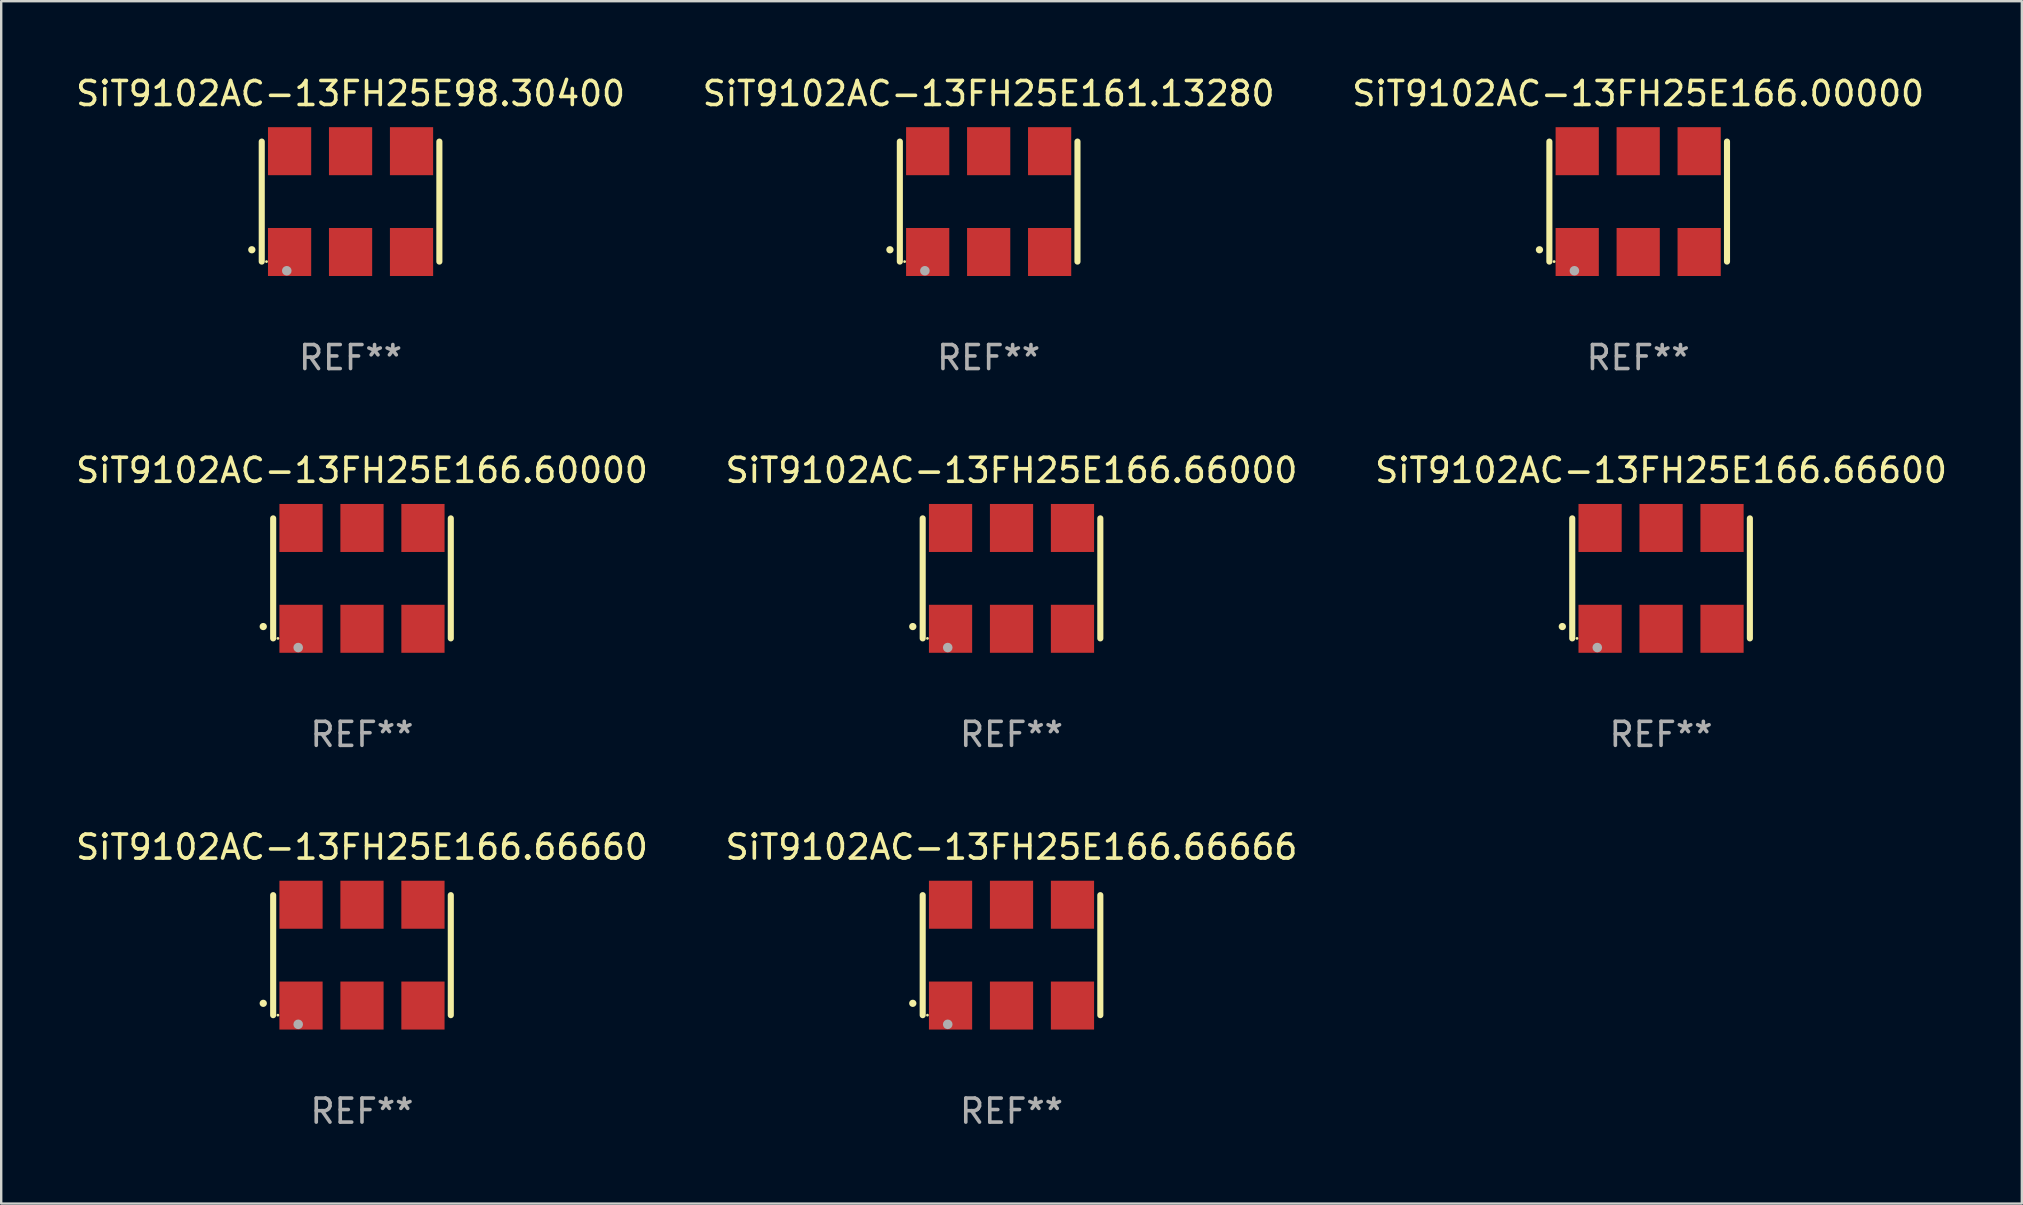
<source format=kicad_pcb>
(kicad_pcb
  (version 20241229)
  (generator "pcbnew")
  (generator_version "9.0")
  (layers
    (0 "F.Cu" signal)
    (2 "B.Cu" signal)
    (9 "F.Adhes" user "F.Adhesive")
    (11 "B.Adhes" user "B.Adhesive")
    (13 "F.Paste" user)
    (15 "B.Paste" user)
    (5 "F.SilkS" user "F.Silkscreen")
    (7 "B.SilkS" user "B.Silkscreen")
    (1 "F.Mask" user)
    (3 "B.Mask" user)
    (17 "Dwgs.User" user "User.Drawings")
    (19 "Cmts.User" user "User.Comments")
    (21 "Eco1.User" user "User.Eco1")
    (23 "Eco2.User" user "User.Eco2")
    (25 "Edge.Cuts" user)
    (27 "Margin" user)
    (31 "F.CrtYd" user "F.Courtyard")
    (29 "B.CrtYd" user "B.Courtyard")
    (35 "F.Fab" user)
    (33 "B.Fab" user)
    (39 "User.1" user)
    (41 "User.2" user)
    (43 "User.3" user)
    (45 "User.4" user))
  (footprint "SiT9102AC-13FH25E166.66660"
    (layer "F.Cu")
    (at 12.03 36.741)
    (property "Reference" "SiT9102AC-13FH25E166.66660" (at 0 -4.5 0) (layer "F.SilkS") (effects (font (size 1 1) (thickness 0.15))))
    (attr through_hole)
    (fp_line (start -3.7 -2.5) (end -3.7 2.5) (stroke (width 0.254) (type solid)) (layer "F.SilkS"))
    (fp_line (start 3.7 -2.5) (end 3.7 2.5) (stroke (width 0.254) (type solid)) (layer "F.SilkS"))
    (fp_arc (start -4.114415 2.006604) (mid -4.113145 2.006599) (end -4.111875 2.006604) (stroke (width 0.3) (type solid)) (layer "F.SilkS"))
    (fp_circle (center -3.502 2.5) (end -3.472 2.5) (stroke (width 0.06) (type solid)) (fill no) (layer "F.SilkS"))
    (fp_circle (center -2.657 2.882) (end -2.557 2.882) (stroke (width 0.2) (type solid)) (fill no) (layer "F.Fab"))
    (fp_text user "REF**" (at 0 6.5 0) (layer "F.Fab") (effects (font (size 1 1) (thickness 0.15))))
    (pad "1" smd rect (at -2.54 2.1) (size 1.8 2) (layers "F.Cu" "F.Mask" "F.Paste"))
    (pad "2" smd rect (at 0.000394 2.1) (size 1.8 2) (layers "F.Cu" "F.Mask" "F.Paste"))
    (pad "3" smd rect (at 2.54 2.1) (size 1.8 2) (layers "F.Cu" "F.Mask" "F.Paste"))
    (pad "4" smd rect (at 2.54 -2.1) (size 1.8 2) (layers "F.Cu" "F.Mask" "F.Paste"))
    (pad "5" smd rect (at 0.000394 -2.1) (size 1.8 2) (layers "F.Cu" "F.Mask" "F.Paste"))
    (pad "6" smd rect (at -2.54 -2.1) (size 1.8 2) (layers "F.Cu" "F.Mask" "F.Paste")))
  (footprint "SiT9102AC-13FH25E166.00000"
    (layer "F.Cu")
    (at 65.196 5.348)
    (property "Reference" "SiT9102AC-13FH25E166.00000" (at 0 -4.5 0) (layer "F.SilkS") (effects (font (size 1 1) (thickness 0.15))))
    (attr through_hole)
    (fp_line (start -3.7 -2.5) (end -3.7 2.5) (stroke (width 0.254) (type solid)) (layer "F.SilkS"))
    (fp_line (start 3.7 -2.5) (end 3.7 2.5) (stroke (width 0.254) (type solid)) (layer "F.SilkS"))
    (fp_arc (start -4.114415 2.006604) (mid -4.113145 2.006599) (end -4.111875 2.006604) (stroke (width 0.3) (type solid)) (layer "F.SilkS"))
    (fp_circle (center -3.502 2.5) (end -3.472 2.5) (stroke (width 0.06) (type solid)) (fill no) (layer "F.SilkS"))
    (fp_circle (center -2.657 2.882) (end -2.557 2.882) (stroke (width 0.2) (type solid)) (fill no) (layer "F.Fab"))
    (fp_text user "REF**" (at 0 6.5 0) (layer "F.Fab") (effects (font (size 1 1) (thickness 0.15))))
    (pad "1" smd rect (at -2.54 2.1) (size 1.8 2) (layers "F.Cu" "F.Mask" "F.Paste"))
    (pad "2" smd rect (at 0.000394 2.1) (size 1.8 2) (layers "F.Cu" "F.Mask" "F.Paste"))
    (pad "3" smd rect (at 2.54 2.1) (size 1.8 2) (layers "F.Cu" "F.Mask" "F.Paste"))
    (pad "4" smd rect (at 2.54 -2.1) (size 1.8 2) (layers "F.Cu" "F.Mask" "F.Paste"))
    (pad "5" smd rect (at 0.000394 -2.1) (size 1.8 2) (layers "F.Cu" "F.Mask" "F.Paste"))
    (pad "6" smd rect (at -2.54 -2.1) (size 1.8 2) (layers "F.Cu" "F.Mask" "F.Paste")))
  (footprint "SiT9102AC-13FH25E98.30400"
    (layer "F.Cu")
    (at 11.554 5.348)
    (property "Reference" "SiT9102AC-13FH25E98.30400" (at 0 -4.5 0) (layer "F.SilkS") (effects (font (size 1 1) (thickness 0.15))))
    (attr through_hole)
    (fp_line (start -3.7 -2.5) (end -3.7 2.5) (stroke (width 0.254) (type solid)) (layer "F.SilkS"))
    (fp_line (start 3.7 -2.5) (end 3.7 2.5) (stroke (width 0.254) (type solid)) (layer "F.SilkS"))
    (fp_arc (start -4.114415 2.006604) (mid -4.113145 2.006599) (end -4.111875 2.006604) (stroke (width 0.3) (type solid)) (layer "F.SilkS"))
    (fp_circle (center -3.502 2.5) (end -3.472 2.5) (stroke (width 0.06) (type solid)) (fill no) (layer "F.SilkS"))
    (fp_circle (center -2.657 2.882) (end -2.557 2.882) (stroke (width 0.2) (type solid)) (fill no) (layer "F.Fab"))
    (fp_text user "REF**" (at 0 6.5 0) (layer "F.Fab") (effects (font (size 1 1) (thickness 0.15))))
    (pad "1" smd rect (at -2.54 2.1) (size 1.8 2) (layers "F.Cu" "F.Mask" "F.Paste"))
    (pad "2" smd rect (at 0.000394 2.1) (size 1.8 2) (layers "F.Cu" "F.Mask" "F.Paste"))
    (pad "3" smd rect (at 2.54 2.1) (size 1.8 2) (layers "F.Cu" "F.Mask" "F.Paste"))
    (pad "4" smd rect (at 2.54 -2.1) (size 1.8 2) (layers "F.Cu" "F.Mask" "F.Paste"))
    (pad "5" smd rect (at 0.000394 -2.1) (size 1.8 2) (layers "F.Cu" "F.Mask" "F.Paste"))
    (pad "6" smd rect (at -2.54 -2.1) (size 1.8 2) (layers "F.Cu" "F.Mask" "F.Paste")))
  (footprint "SiT9102AC-13FH25E166.60000"
    (layer "F.Cu")
    (at 12.03 21.045)
    (property "Reference" "SiT9102AC-13FH25E166.60000" (at 0 -4.5 0) (layer "F.SilkS") (effects (font (size 1 1) (thickness 0.15))))
    (attr through_hole)
    (fp_line (start -3.7 -2.5) (end -3.7 2.5) (stroke (width 0.254) (type solid)) (layer "F.SilkS"))
    (fp_line (start 3.7 -2.5) (end 3.7 2.5) (stroke (width 0.254) (type solid)) (layer "F.SilkS"))
    (fp_arc (start -4.114415 2.006604) (mid -4.113145 2.006599) (end -4.111875 2.006604) (stroke (width 0.3) (type solid)) (layer "F.SilkS"))
    (fp_circle (center -3.502 2.5) (end -3.472 2.5) (stroke (width 0.06) (type solid)) (fill no) (layer "F.SilkS"))
    (fp_circle (center -2.657 2.882) (end -2.557 2.882) (stroke (width 0.2) (type solid)) (fill no) (layer "F.Fab"))
    (fp_text user "REF**" (at 0 6.5 0) (layer "F.Fab") (effects (font (size 1 1) (thickness 0.15))))
    (pad "1" smd rect (at -2.54 2.1) (size 1.8 2) (layers "F.Cu" "F.Mask" "F.Paste"))
    (pad "2" smd rect (at 0.000394 2.1) (size 1.8 2) (layers "F.Cu" "F.Mask" "F.Paste"))
    (pad "3" smd rect (at 2.54 2.1) (size 1.8 2) (layers "F.Cu" "F.Mask" "F.Paste"))
    (pad "4" smd rect (at 2.54 -2.1) (size 1.8 2) (layers "F.Cu" "F.Mask" "F.Paste"))
    (pad "5" smd rect (at 0.000394 -2.1) (size 1.8 2) (layers "F.Cu" "F.Mask" "F.Paste"))
    (pad "6" smd rect (at -2.54 -2.1) (size 1.8 2) (layers "F.Cu" "F.Mask" "F.Paste")))
  (footprint "SiT9102AC-13FH25E166.66600"
    (layer "F.Cu")
    (at 66.149 21.045)
    (property "Reference" "SiT9102AC-13FH25E166.66600" (at 0 -4.5 0) (layer "F.SilkS") (effects (font (size 1 1) (thickness 0.15))))
    (attr through_hole)
    (fp_line (start -3.7 -2.5) (end -3.7 2.5) (stroke (width 0.254) (type solid)) (layer "F.SilkS"))
    (fp_line (start 3.7 -2.5) (end 3.7 2.5) (stroke (width 0.254) (type solid)) (layer "F.SilkS"))
    (fp_arc (start -4.114415 2.006604) (mid -4.113145 2.006599) (end -4.111875 2.006604) (stroke (width 0.3) (type solid)) (layer "F.SilkS"))
    (fp_circle (center -3.502 2.5) (end -3.472 2.5) (stroke (width 0.06) (type solid)) (fill no) (layer "F.SilkS"))
    (fp_circle (center -2.657 2.882) (end -2.557 2.882) (stroke (width 0.2) (type solid)) (fill no) (layer "F.Fab"))
    (fp_text user "REF**" (at 0 6.5 0) (layer "F.Fab") (effects (font (size 1 1) (thickness 0.15))))
    (pad "1" smd rect (at -2.54 2.1) (size 1.8 2) (layers "F.Cu" "F.Mask" "F.Paste"))
    (pad "2" smd rect (at 0.000394 2.1) (size 1.8 2) (layers "F.Cu" "F.Mask" "F.Paste"))
    (pad "3" smd rect (at 2.54 2.1) (size 1.8 2) (layers "F.Cu" "F.Mask" "F.Paste"))
    (pad "4" smd rect (at 2.54 -2.1) (size 1.8 2) (layers "F.Cu" "F.Mask" "F.Paste"))
    (pad "5" smd rect (at 0.000394 -2.1) (size 1.8 2) (layers "F.Cu" "F.Mask" "F.Paste"))
    (pad "6" smd rect (at -2.54 -2.1) (size 1.8 2) (layers "F.Cu" "F.Mask" "F.Paste")))
  (footprint "SiT9102AC-13FH25E166.66000"
    (layer "F.Cu")
    (at 39.089 21.045)
    (property "Reference" "SiT9102AC-13FH25E166.66000" (at 0 -4.5 0) (layer "F.SilkS") (effects (font (size 1 1) (thickness 0.15))))
    (attr through_hole)
    (fp_line (start -3.7 -2.5) (end -3.7 2.5) (stroke (width 0.254) (type solid)) (layer "F.SilkS"))
    (fp_line (start 3.7 -2.5) (end 3.7 2.5) (stroke (width 0.254) (type solid)) (layer "F.SilkS"))
    (fp_arc (start -4.114415 2.006604) (mid -4.113145 2.006599) (end -4.111875 2.006604) (stroke (width 0.3) (type solid)) (layer "F.SilkS"))
    (fp_circle (center -3.502 2.5) (end -3.472 2.5) (stroke (width 0.06) (type solid)) (fill no) (layer "F.SilkS"))
    (fp_circle (center -2.657 2.882) (end -2.557 2.882) (stroke (width 0.2) (type solid)) (fill no) (layer "F.Fab"))
    (fp_text user "REF**" (at 0 6.5 0) (layer "F.Fab") (effects (font (size 1 1) (thickness 0.15))))
    (pad "1" smd rect (at -2.54 2.1) (size 1.8 2) (layers "F.Cu" "F.Mask" "F.Paste"))
    (pad "2" smd rect (at 0.000394 2.1) (size 1.8 2) (layers "F.Cu" "F.Mask" "F.Paste"))
    (pad "3" smd rect (at 2.54 2.1) (size 1.8 2) (layers "F.Cu" "F.Mask" "F.Paste"))
    (pad "4" smd rect (at 2.54 -2.1) (size 1.8 2) (layers "F.Cu" "F.Mask" "F.Paste"))
    (pad "5" smd rect (at 0.000394 -2.1) (size 1.8 2) (layers "F.Cu" "F.Mask" "F.Paste"))
    (pad "6" smd rect (at -2.54 -2.1) (size 1.8 2) (layers "F.Cu" "F.Mask" "F.Paste")))
  (footprint "SiT9102AC-13FH25E166.66666"
    (layer "F.Cu")
    (at 39.089 36.741)
    (property "Reference" "SiT9102AC-13FH25E166.66666" (at 0 -4.5 0) (layer "F.SilkS") (effects (font (size 1 1) (thickness 0.15))))
    (attr through_hole)
    (fp_line (start -3.7 -2.5) (end -3.7 2.5) (stroke (width 0.254) (type solid)) (layer "F.SilkS"))
    (fp_line (start 3.7 -2.5) (end 3.7 2.5) (stroke (width 0.254) (type solid)) (layer "F.SilkS"))
    (fp_arc (start -4.114415 2.006604) (mid -4.113145 2.006599) (end -4.111875 2.006604) (stroke (width 0.3) (type solid)) (layer "F.SilkS"))
    (fp_circle (center -3.502 2.5) (end -3.472 2.5) (stroke (width 0.06) (type solid)) (fill no) (layer "F.SilkS"))
    (fp_circle (center -2.657 2.882) (end -2.557 2.882) (stroke (width 0.2) (type solid)) (fill no) (layer "F.Fab"))
    (fp_text user "REF**" (at 0 6.5 0) (layer "F.Fab") (effects (font (size 1 1) (thickness 0.15))))
    (pad "1" smd rect (at -2.54 2.1) (size 1.8 2) (layers "F.Cu" "F.Mask" "F.Paste"))
    (pad "2" smd rect (at 0.000394 2.1) (size 1.8 2) (layers "F.Cu" "F.Mask" "F.Paste"))
    (pad "3" smd rect (at 2.54 2.1) (size 1.8 2) (layers "F.Cu" "F.Mask" "F.Paste"))
    (pad "4" smd rect (at 2.54 -2.1) (size 1.8 2) (layers "F.Cu" "F.Mask" "F.Paste"))
    (pad "5" smd rect (at 0.000394 -2.1) (size 1.8 2) (layers "F.Cu" "F.Mask" "F.Paste"))
    (pad "6" smd rect (at -2.54 -2.1) (size 1.8 2) (layers "F.Cu" "F.Mask" "F.Paste")))
  (footprint "SiT9102AC-13FH25E161.13280"
    (layer "F.Cu")
    (at 38.137 5.348)
    (property "Reference" "SiT9102AC-13FH25E161.13280" (at 0 -4.5 0) (layer "F.SilkS") (effects (font (size 1 1) (thickness 0.15))))
    (attr through_hole)
    (fp_line (start -3.7 -2.5) (end -3.7 2.5) (stroke (width 0.254) (type solid)) (layer "F.SilkS"))
    (fp_line (start 3.7 -2.5) (end 3.7 2.5) (stroke (width 0.254) (type solid)) (layer "F.SilkS"))
    (fp_arc (start -4.114415 2.006604) (mid -4.113145 2.006599) (end -4.111875 2.006604) (stroke (width 0.3) (type solid)) (layer "F.SilkS"))
    (fp_circle (center -3.502 2.5) (end -3.472 2.5) (stroke (width 0.06) (type solid)) (fill no) (layer "F.SilkS"))
    (fp_circle (center -2.657 2.882) (end -2.557 2.882) (stroke (width 0.2) (type solid)) (fill no) (layer "F.Fab"))
    (fp_text user "REF**" (at 0 6.5 0) (layer "F.Fab") (effects (font (size 1 1) (thickness 0.15))))
    (pad "1" smd rect (at -2.54 2.1) (size 1.8 2) (layers "F.Cu" "F.Mask" "F.Paste"))
    (pad "2" smd rect (at 0.000394 2.1) (size 1.8 2) (layers "F.Cu" "F.Mask" "F.Paste"))
    (pad "3" smd rect (at 2.54 2.1) (size 1.8 2) (layers "F.Cu" "F.Mask" "F.Paste"))
    (pad "4" smd rect (at 2.54 -2.1) (size 1.8 2) (layers "F.Cu" "F.Mask" "F.Paste"))
    (pad "5" smd rect (at 0.000394 -2.1) (size 1.8 2) (layers "F.Cu" "F.Mask" "F.Paste"))
    (pad "6" smd rect (at -2.54 -2.1) (size 1.8 2) (layers "F.Cu" "F.Mask" "F.Paste")))
  (gr_rect
    (start -3 -3)
    (end 81.179 47.09)
    (stroke (width 0.1) (type default))
    (fill no)
    (layer "Edge.Cuts")))
</source>
